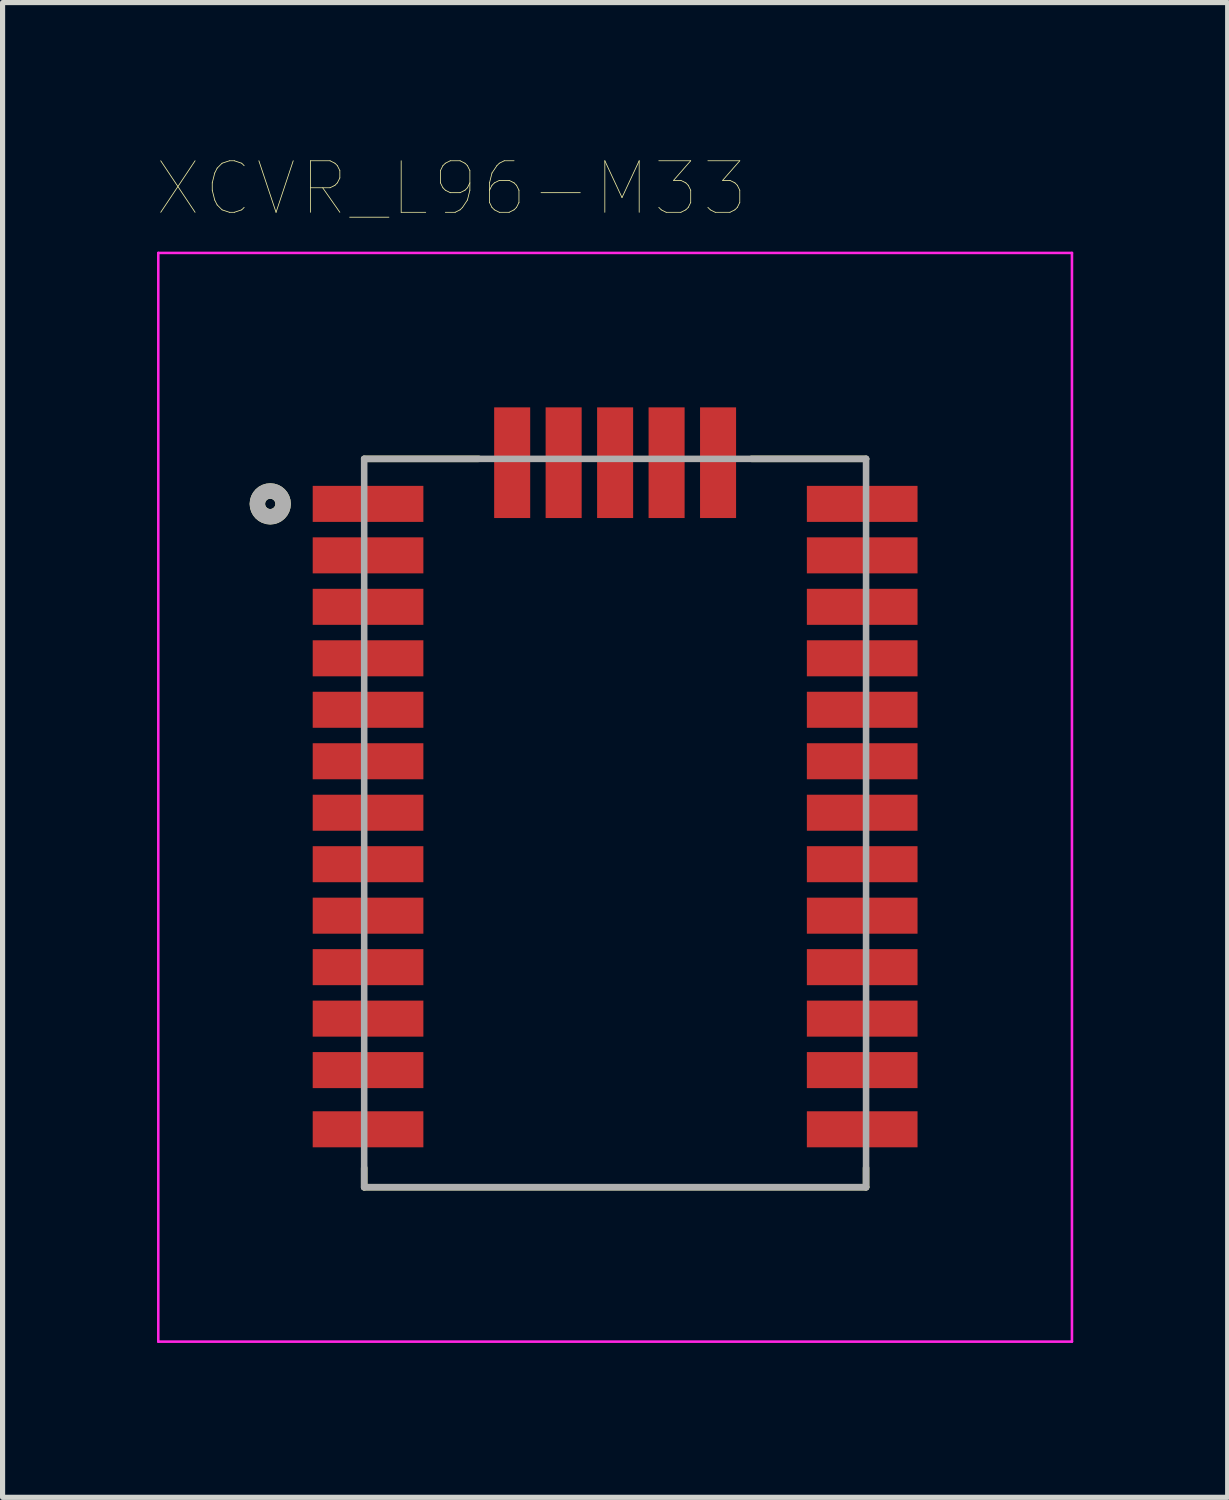
<source format=kicad_pcb>
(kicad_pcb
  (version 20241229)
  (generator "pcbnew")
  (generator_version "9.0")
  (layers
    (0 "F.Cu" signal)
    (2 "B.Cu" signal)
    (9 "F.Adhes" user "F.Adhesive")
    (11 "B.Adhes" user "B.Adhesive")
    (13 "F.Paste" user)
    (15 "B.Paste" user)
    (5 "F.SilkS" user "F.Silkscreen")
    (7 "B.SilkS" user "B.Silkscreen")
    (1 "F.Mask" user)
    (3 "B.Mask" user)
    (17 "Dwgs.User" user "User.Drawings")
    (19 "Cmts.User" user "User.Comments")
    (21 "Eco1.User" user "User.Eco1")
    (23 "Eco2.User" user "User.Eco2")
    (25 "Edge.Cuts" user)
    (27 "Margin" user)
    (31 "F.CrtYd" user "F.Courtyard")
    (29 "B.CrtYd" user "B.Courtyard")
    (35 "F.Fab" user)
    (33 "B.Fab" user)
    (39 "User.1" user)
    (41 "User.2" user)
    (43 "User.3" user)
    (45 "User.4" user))
  (footprint "XCVR_L96-M33"
    (layer "F.Cu")
    (at 8.9 12.939)
    (property "Reference" "XCVR_L96-M33" (at -3.179 -12.327 0) (layer "F.SilkS") (effects (font (size 1.001 1.001) (thickness 0.015))))
    (attr through_hole)
    (fp_line (start -4.875 -7.075) (end -2.65 -7.075) (stroke (width 0.127) (type solid)) (layer "F.SilkS"))
    (fp_line (start -4.875 6.7) (end -4.875 7.075) (stroke (width 0.127) (type solid)) (layer "F.SilkS"))
    (fp_line (start -4.875 7.075) (end 4.875 7.075) (stroke (width 0.127) (type solid)) (layer "F.SilkS"))
    (fp_line (start 2.65 -7.075) (end 4.875 -7.075) (stroke (width 0.127) (type solid)) (layer "F.SilkS"))
    (fp_line (start 4.875 7.075) (end 4.875 6.7) (stroke (width 0.127) (type solid)) (layer "F.SilkS"))
    (fp_circle (center -6.7 -6.2) (end -6.6 -6.2) (stroke (width 0.3) (type solid)) (fill no) (layer "F.SilkS"))
    (fp_poly (pts (xy -6.275 -6.55) (xy -3.825 -6.55) (xy -3.825 -5.85) (xy -6.275 -5.85)) (stroke (width 0.01) (type solid)) (fill yes) (layer "F.Paste"))
    (fp_poly (pts (xy -6.275 -5.55) (xy -3.825 -5.55) (xy -3.825 -4.85) (xy -6.275 -4.85)) (stroke (width 0.01) (type solid)) (fill yes) (layer "F.Paste"))
    (fp_poly (pts (xy -6.275 -4.55) (xy -3.825 -4.55) (xy -3.825 -3.85) (xy -6.275 -3.85)) (stroke (width 0.01) (type solid)) (fill yes) (layer "F.Paste"))
    (fp_poly (pts (xy -6.275 -3.55) (xy -3.825 -3.55) (xy -3.825 -2.85) (xy -6.275 -2.85)) (stroke (width 0.01) (type solid)) (fill yes) (layer "F.Paste"))
    (fp_poly (pts (xy -6.275 -2.55) (xy -3.825 -2.55) (xy -3.825 -1.85) (xy -6.275 -1.85)) (stroke (width 0.01) (type solid)) (fill yes) (layer "F.Paste"))
    (fp_poly (pts (xy -6.275 -1.55) (xy -3.825 -1.55) (xy -3.825 -0.85) (xy -6.275 -0.85)) (stroke (width 0.01) (type solid)) (fill yes) (layer "F.Paste"))
    (fp_poly (pts (xy -6.275 -0.55) (xy -3.825 -0.55) (xy -3.825 0.15) (xy -6.275 0.15)) (stroke (width 0.01) (type solid)) (fill yes) (layer "F.Paste"))
    (fp_poly (pts (xy -6.275 0.45) (xy -3.825 0.45) (xy -3.825 1.15) (xy -6.275 1.15)) (stroke (width 0.01) (type solid)) (fill yes) (layer "F.Paste"))
    (fp_poly (pts (xy -6.275 1.45) (xy -3.825 1.45) (xy -3.825 2.15) (xy -6.275 2.15)) (stroke (width 0.01) (type solid)) (fill yes) (layer "F.Paste"))
    (fp_poly (pts (xy -6.275 2.45) (xy -3.825 2.45) (xy -3.825 3.15) (xy -6.275 3.15)) (stroke (width 0.01) (type solid)) (fill yes) (layer "F.Paste"))
    (fp_poly (pts (xy -6.275 3.45) (xy -3.825 3.45) (xy -3.825 4.15) (xy -6.275 4.15)) (stroke (width 0.01) (type solid)) (fill yes) (layer "F.Paste"))
    (fp_poly (pts (xy -6.275 4.45) (xy -3.825 4.45) (xy -3.825 5.15) (xy -6.275 5.15)) (stroke (width 0.01) (type solid)) (fill yes) (layer "F.Paste"))
    (fp_poly (pts (xy -6.275 5.6) (xy -3.825 5.6) (xy -3.825 6.3) (xy -6.275 6.3)) (stroke (width 0.01) (type solid)) (fill yes) (layer "F.Paste"))
    (fp_poly (pts (xy -2.35 -8.475) (xy -1.65 -8.475) (xy -1.65 -6.025) (xy -2.35 -6.025)) (stroke (width 0.01) (type solid)) (fill yes) (layer "F.Paste"))
    (fp_poly (pts (xy -1.35 -8.475) (xy -0.65 -8.475) (xy -0.65 -6.025) (xy -1.35 -6.025)) (stroke (width 0.01) (type solid)) (fill yes) (layer "F.Paste"))
    (fp_poly (pts (xy -0.35 -8.475) (xy 0.35 -8.475) (xy 0.35 -6.025) (xy -0.35 -6.025)) (stroke (width 0.01) (type solid)) (fill yes) (layer "F.Paste"))
    (fp_poly (pts (xy 0.65 -8.475) (xy 1.35 -8.475) (xy 1.35 -6.025) (xy 0.65 -6.025)) (stroke (width 0.01) (type solid)) (fill yes) (layer "F.Paste"))
    (fp_poly (pts (xy 1.65 -8.475) (xy 2.35 -8.475) (xy 2.35 -6.025) (xy 1.65 -6.025)) (stroke (width 0.01) (type solid)) (fill yes) (layer "F.Paste"))
    (fp_poly (pts (xy 3.825 -6.55) (xy 6.275 -6.55) (xy 6.275 -5.85) (xy 3.825 -5.85)) (stroke (width 0.01) (type solid)) (fill yes) (layer "F.Paste"))
    (fp_poly (pts (xy 3.825 -5.55) (xy 6.275 -5.55) (xy 6.275 -4.85) (xy 3.825 -4.85)) (stroke (width 0.01) (type solid)) (fill yes) (layer "F.Paste"))
    (fp_poly (pts (xy 3.825 -4.55) (xy 6.275 -4.55) (xy 6.275 -3.85) (xy 3.825 -3.85)) (stroke (width 0.01) (type solid)) (fill yes) (layer "F.Paste"))
    (fp_poly (pts (xy 3.825 -3.55) (xy 6.275 -3.55) (xy 6.275 -2.85) (xy 3.825 -2.85)) (stroke (width 0.01) (type solid)) (fill yes) (layer "F.Paste"))
    (fp_poly (pts (xy 3.825 -2.55) (xy 6.275 -2.55) (xy 6.275 -1.85) (xy 3.825 -1.85)) (stroke (width 0.01) (type solid)) (fill yes) (layer "F.Paste"))
    (fp_poly (pts (xy 3.825 -1.55) (xy 6.275 -1.55) (xy 6.275 -0.85) (xy 3.825 -0.85)) (stroke (width 0.01) (type solid)) (fill yes) (layer "F.Paste"))
    (fp_poly (pts (xy 3.825 -0.55) (xy 6.275 -0.55) (xy 6.275 0.15) (xy 3.825 0.15)) (stroke (width 0.01) (type solid)) (fill yes) (layer "F.Paste"))
    (fp_poly (pts (xy 3.825 0.45) (xy 6.275 0.45) (xy 6.275 1.15) (xy 3.825 1.15)) (stroke (width 0.01) (type solid)) (fill yes) (layer "F.Paste"))
    (fp_poly (pts (xy 3.825 1.45) (xy 6.275 1.45) (xy 6.275 2.15) (xy 3.825 2.15)) (stroke (width 0.01) (type solid)) (fill yes) (layer "F.Paste"))
    (fp_poly (pts (xy 3.825 2.45) (xy 6.275 2.45) (xy 6.275 3.15) (xy 3.825 3.15)) (stroke (width 0.01) (type solid)) (fill yes) (layer "F.Paste"))
    (fp_poly (pts (xy 3.825 3.45) (xy 6.275 3.45) (xy 6.275 4.15) (xy 3.825 4.15)) (stroke (width 0.01) (type solid)) (fill yes) (layer "F.Paste"))
    (fp_poly (pts (xy 3.825 4.45) (xy 6.275 4.45) (xy 6.275 5.15) (xy 3.825 5.15)) (stroke (width 0.01) (type solid)) (fill yes) (layer "F.Paste"))
    (fp_poly (pts (xy 3.825 5.6) (xy 6.275 5.6) (xy 6.275 6.3) (xy 3.825 6.3)) (stroke (width 0.01) (type solid)) (fill yes) (layer "F.Paste"))
    (fp_line (start -8.875 -11.075) (end -8.875 10.075) (stroke (width 0.05) (type solid)) (layer "F.CrtYd"))
    (fp_line (start -8.875 10.075) (end 8.875 10.075) (stroke (width 0.05) (type solid)) (layer "F.CrtYd"))
    (fp_line (start 8.875 -11.075) (end -8.875 -11.075) (stroke (width 0.05) (type solid)) (layer "F.CrtYd"))
    (fp_line (start 8.875 10.075) (end 8.875 -11.075) (stroke (width 0.05) (type solid)) (layer "F.CrtYd"))
    (fp_line (start -4.875 -7.075) (end 4.875 -7.075) (stroke (width 0.127) (type solid)) (layer "F.Fab"))
    (fp_line (start -4.875 7.075) (end -4.875 -7.075) (stroke (width 0.127) (type solid)) (layer "F.Fab"))
    (fp_line (start 4.875 -7.075) (end 4.875 7.075) (stroke (width 0.127) (type solid)) (layer "F.Fab"))
    (fp_line (start 4.875 7.075) (end -4.875 7.075) (stroke (width 0.127) (type solid)) (layer "F.Fab"))
    (fp_circle (center -6.7 -6.2) (end -6.6 -6.2) (stroke (width 0.3) (type solid)) (fill no) (layer "F.Fab"))
    (pad "1" smd rect (at -4.8 -6.2) (size 2.15 0.7) (layers "F.Cu" "F.Mask"))
    (pad "2" smd rect (at -4.8 -5.2) (size 2.15 0.7) (layers "F.Cu" "F.Mask"))
    (pad "3" smd rect (at -4.8 -4.2) (size 2.15 0.7) (layers "F.Cu" "F.Mask"))
    (pad "4" smd rect (at -4.8 -3.2) (size 2.15 0.7) (layers "F.Cu" "F.Mask"))
    (pad "5" smd rect (at -4.8 -2.2) (size 2.15 0.7) (layers "F.Cu" "F.Mask"))
    (pad "6" smd rect (at -4.8 -1.2) (size 2.15 0.7) (layers "F.Cu" "F.Mask"))
    (pad "7" smd rect (at -4.8 -0.2) (size 2.15 0.7) (layers "F.Cu" "F.Mask"))
    (pad "8" smd rect (at -4.8 0.8) (size 2.15 0.7) (layers "F.Cu" "F.Mask"))
    (pad "9" smd rect (at -4.8 1.8) (size 2.15 0.7) (layers "F.Cu" "F.Mask"))
    (pad "10" smd rect (at -4.8 2.8) (size 2.15 0.7) (layers "F.Cu" "F.Mask"))
    (pad "11" smd rect (at -4.8 3.8) (size 2.15 0.7) (layers "F.Cu" "F.Mask"))
    (pad "12" smd rect (at -4.8 4.8) (size 2.15 0.7) (layers "F.Cu" "F.Mask"))
    (pad "13" smd rect (at -4.8 5.95) (size 2.15 0.7) (layers "F.Cu" "F.Mask"))
    (pad "14" smd rect (at 4.8 5.95) (size 2.15 0.7) (layers "F.Cu" "F.Mask"))
    (pad "15" smd rect (at 4.8 4.8) (size 2.15 0.7) (layers "F.Cu" "F.Mask"))
    (pad "16" smd rect (at 4.8 3.8) (size 2.15 0.7) (layers "F.Cu" "F.Mask"))
    (pad "17" smd rect (at 4.8 2.8) (size 2.15 0.7) (layers "F.Cu" "F.Mask"))
    (pad "18" smd rect (at 4.8 1.8) (size 2.15 0.7) (layers "F.Cu" "F.Mask"))
    (pad "19" smd rect (at 4.8 0.8) (size 2.15 0.7) (layers "F.Cu" "F.Mask"))
    (pad "20" smd rect (at 4.8 -0.2) (size 2.15 0.7) (layers "F.Cu" "F.Mask"))
    (pad "21" smd rect (at 4.8 -1.2) (size 2.15 0.7) (layers "F.Cu" "F.Mask"))
    (pad "22" smd rect (at 4.8 -2.2) (size 2.15 0.7) (layers "F.Cu" "F.Mask"))
    (pad "23" smd rect (at 4.8 -3.2) (size 2.15 0.7) (layers "F.Cu" "F.Mask"))
    (pad "24" smd rect (at 4.8 -4.2) (size 2.15 0.7) (layers "F.Cu" "F.Mask"))
    (pad "25" smd rect (at 4.8 -5.2) (size 2.15 0.7) (layers "F.Cu" "F.Mask"))
    (pad "26" smd rect (at 4.8 -6.2) (size 2.15 0.7) (layers "F.Cu" "F.Mask"))
    (pad "27" smd rect (at 2 -7) (size 0.7 2.15) (layers "F.Cu" "F.Mask"))
    (pad "28" smd rect (at 1 -7) (size 0.7 2.15) (layers "F.Cu" "F.Mask"))
    (pad "29" smd rect (at 0 -7) (size 0.7 2.15) (layers "F.Cu" "F.Mask"))
    (pad "30" smd rect (at -1 -7) (size 0.7 2.15) (layers "F.Cu" "F.Mask"))
    (pad "31" smd rect (at -2 -7) (size 0.7 2.15) (layers "F.Cu" "F.Mask")))
  (gr_rect
    (start -3 -3)
    (end 20.8 26.039)
    (stroke (width 0.1) (type default))
    (fill no)
    (layer "Edge.Cuts")))
</source>
